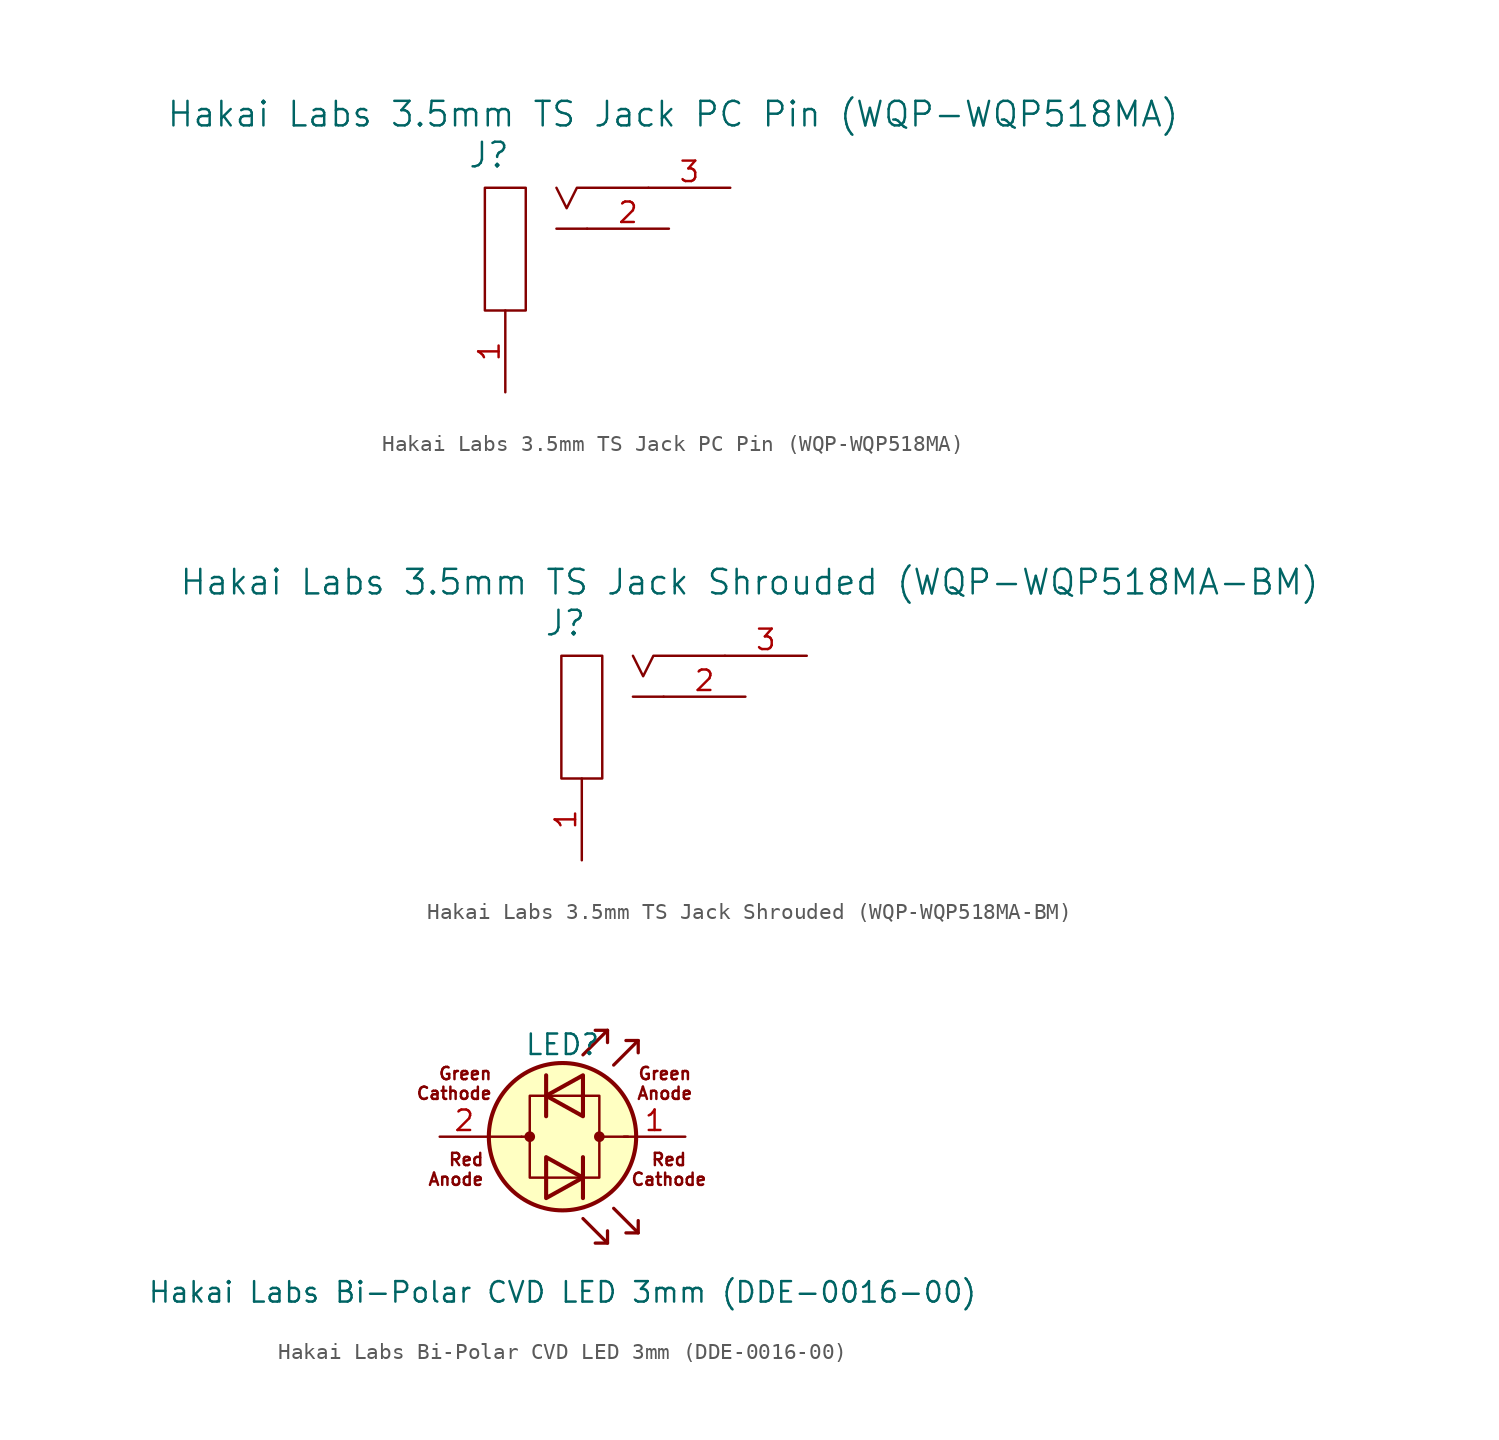
<source format=kicad_sym>
(kicad_symbol_lib
  (version 20231120)
  (generator "kicad_symbol_editor")
  (generator_version "8.0")
  (symbol "Hakai Labs 3.5mm TS Jack PC Pin (WQP-WQP518MA)"
    (pin_names
      (offset 0) hide)
    (property "Reference" "J"
      (at -6.096 7.112 0)
      (effects (font (size 1.524 1.524))))
    (property "Value" "Hakai Labs 3.5mm TS Jack PC Pin (WQP-WQP518MA)"
      (at 5.334 9.652 0)
      (effects (font (size 1.524 1.524))))
    (property "Datasheet" ""
      (at -1.27 1.27 0)
      (effects (font (size 1.524 1.524))))
    (symbol "Hakai Labs 3.5mm TS Jack PC Pin (WQP-WQP518MA)_0_0"
      (rectangle (start -6.35 5.08) (end -3.81 -2.54) (stroke (width 0) (type default)) (fill (type none)))
      (polyline (pts (xy -1.905 2.54) (xy 0 2.54)) (stroke (width 0) (type default)) (fill (type none)))
      (polyline (pts (xy -1.905 5.08) (xy -1.27 3.81) (xy -0.635 5.08) (xy 3.81 5.08)) (stroke (width 0) (type default)) (fill (type none))))
    (symbol "Hakai Labs 3.5mm TS Jack PC Pin (WQP-WQP518MA)_1_1"
      (pin passive line (at -5.08 -7.62 90) (length 5.08) (name "SHEILD" (effects (font (size 1.27 1.27)))) (number "1" (effects (font (size 1.27 1.27)))))
      (pin passive line (at 5.08 2.54 180) (length 5.08) (name "SW" (effects (font (size 1.27 1.27)))) (number "2" (effects (font (size 1.27 1.27)))))
      (pin passive line (at 8.89 5.08 180) (length 5.08) (name "SIG" (effects (font (size 1.27 1.27)))) (number "3" (effects (font (size 1.27 1.27)))))))
  (symbol "Hakai Labs 3.5mm TS Jack Shrouded (WQP-WQP518MA-BM)"
    (pin_names
      (offset 0) hide)
    (property "Reference" "J"
      (at -6.096 7.112 0)
      (effects (font (size 1.524 1.524))))
    (property "Value" "Hakai Labs 3.5mm TS Jack Shrouded (WQP-WQP518MA-BM)"
      (at 5.334 9.652 0)
      (effects (font (size 1.524 1.524))))
    (property "Datasheet" ""
      (at -1.27 1.27 0)
      (effects (font (size 1.524 1.524))))
    (symbol "Hakai Labs 3.5mm TS Jack Shrouded (WQP-WQP518MA-BM)_0_0"
      (rectangle (start -6.35 5.08) (end -3.81 -2.54) (stroke (width 0) (type default)) (fill (type none)))
      (polyline (pts (xy -1.905 2.54) (xy 0 2.54)) (stroke (width 0) (type default)) (fill (type none)))
      (polyline (pts (xy -1.905 5.08) (xy -1.27 3.81) (xy -0.635 5.08) (xy 3.81 5.08)) (stroke (width 0) (type default)) (fill (type none))))
    (symbol "Hakai Labs 3.5mm TS Jack Shrouded (WQP-WQP518MA-BM)_1_1"
      (pin passive line (at -5.08 -7.62 90) (length 5.08) (name "SHEILD" (effects (font (size 1.27 1.27)))) (number "1" (effects (font (size 1.27 1.27)))))
      (pin passive line (at 5.08 2.54 180) (length 5.08) (name "SW" (effects (font (size 1.27 1.27)))) (number "2" (effects (font (size 1.27 1.27)))))
      (pin passive line (at 8.89 5.08 180) (length 5.08) (name "SIG" (effects (font (size 1.27 1.27)))) (number "3" (effects (font (size 1.27 1.27)))))))
  (symbol "Hakai Labs Bi-Polar CVD LED 3mm (DDE-0016-00)"
    (pin_names
      (offset 0) hide)
    (property "Reference" "LED"
      (at 0 5.715 0)
      (effects (font (size 1.27 1.27))))
    (property "Value" "Hakai Labs Bi-Polar CVD LED 3mm (DDE-0016-00)"
      (at 0 -9.652 0)
      (effects (font (size 1.27 1.27))))
    (symbol "Hakai Labs Bi-Polar CVD LED 3mm (DDE-0016-00)_0_1"
      (circle (center -2.032 0) (radius 0.254) (stroke (width 0) (type default)) (fill (type outline)))
      (polyline (pts (xy -4.572 0) (xy -2.54 0)) (stroke (width 0) (type default)) (fill (type none)))
      (polyline (pts (xy -2.032 0) (xy -2.54 0)) (stroke (width 0) (type default)) (fill (type none)))
      (polyline (pts (xy -1.016 3.81) (xy -1.016 1.27)) (stroke (width 0.254) (type default)) (fill (type none)))
      (polyline (pts (xy 1.27 -1.27) (xy 1.27 -3.81)) (stroke (width 0.254) (type default)) (fill (type none)))
      (polyline (pts (xy 2.794 -6.604) (xy 2.032 -6.604)) (stroke (width 0.203) (type default)) (fill (type none)))
      (polyline (pts (xy 2.794 6.604) (xy 2.794 5.842)) (stroke (width 0.203) (type default)) (fill (type none)))
      (polyline (pts (xy 4.064 0) (xy 2.286 0)) (stroke (width 0) (type default)) (fill (type outline)))
      (polyline (pts (xy 4.699 -5.969) (xy 3.937 -5.969)) (stroke (width 0.203) (type default)) (fill (type none)))
      (polyline (pts (xy 4.699 5.969) (xy 4.699 5.207)) (stroke (width 0.203) (type default)) (fill (type none)))
      (polyline (pts (xy 1.27 -5.08) (xy 2.794 -6.604) (xy 2.794 -5.842)) (stroke (width 0.203) (type default)) (fill (type none)))
      (polyline (pts (xy 1.27 5.08) (xy 2.794 6.604) (xy 2.032 6.604)) (stroke (width 0.203) (type default)) (fill (type none)))
      (polyline (pts (xy 3.175 -4.445) (xy 4.699 -5.969) (xy 4.699 -5.207)) (stroke (width 0.203) (type default)) (fill (type none)))
      (polyline (pts (xy 3.175 4.445) (xy 4.699 5.969) (xy 3.937 5.969)) (stroke (width 0.203) (type default)) (fill (type none)))
      (polyline (pts (xy -1.016 -1.27) (xy -1.016 -3.81) (xy 1.27 -2.54) (xy -1.016 -1.27)) (stroke (width 0.254) (type default)) (fill (type none)))
      (polyline (pts (xy 1.27 3.81) (xy 1.27 1.27) (xy -1.016 2.54) (xy 1.27 3.81)) (stroke (width 0.254) (type default)) (fill (type none)))
      (polyline (pts (xy 2.286 2.54) (xy -2.032 2.54) (xy -2.032 -2.54) (xy 2.286 -2.54) (xy 2.286 2.54)) (stroke (width 0) (type default)) (fill (type none)))
      (circle (center 0 0) (radius 4.572) (stroke (width 0.254) (type default)) (fill (type background)))
      (circle (center 2.286 0) (radius 0.254) (stroke (width 0) (type default)) (fill (type outline))))
    (symbol "Hakai Labs Bi-Polar CVD LED 3mm (DDE-0016-00)_1_1"
      (text "Green\nAnode" (at 6.35 3.302 0) (effects (font (size 0.762 0.762))))
      (text "Green\nCathode" (at -4.318 3.302 0) (effects (font (size 0.762 0.762)) (justify right)))
      (text "Red\nAnode" (at -4.826 -2.032 0) (effects (font (size 0.762 0.762)) (justify right)))
      (text "Red\nCathode" (at 6.604 -2.032 0) (effects (font (size 0.762 0.762))))
      (pin input line (at 7.62 0 180) (length 3.81) (name "GA/RC" (effects (font (size 1.27 1.27)))) (number "1" (effects (font (size 1.27 1.27)))))
      (pin input line (at -7.62 0 0) (length 3.048) (name "GC/RA" (effects (font (size 1.27 1.27)))) (number "2" (effects (font (size 1.27 1.27))))))))
</source>
